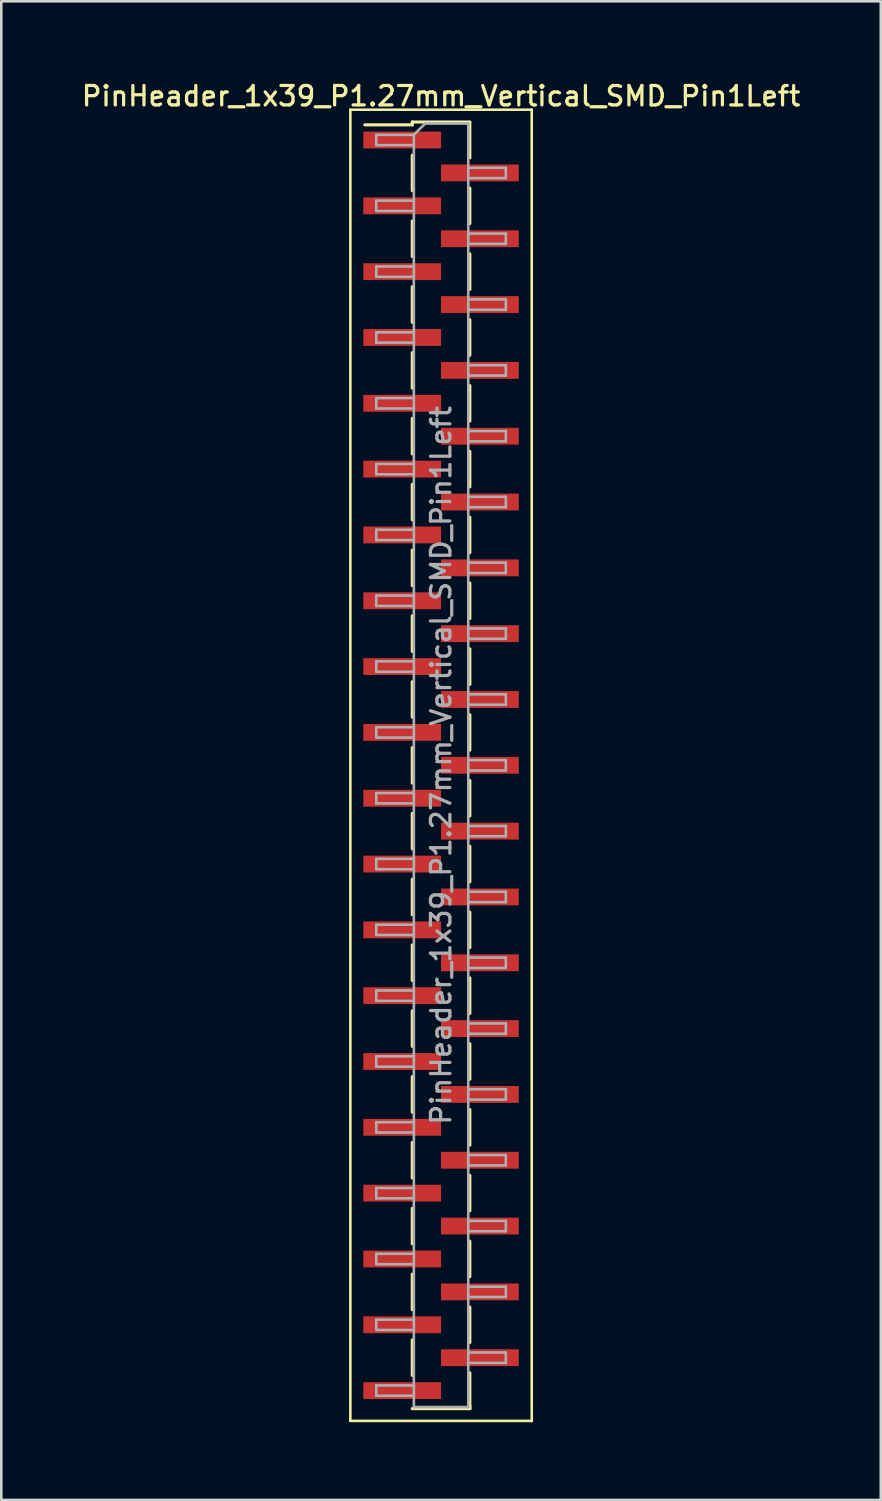
<source format=kicad_pcb>
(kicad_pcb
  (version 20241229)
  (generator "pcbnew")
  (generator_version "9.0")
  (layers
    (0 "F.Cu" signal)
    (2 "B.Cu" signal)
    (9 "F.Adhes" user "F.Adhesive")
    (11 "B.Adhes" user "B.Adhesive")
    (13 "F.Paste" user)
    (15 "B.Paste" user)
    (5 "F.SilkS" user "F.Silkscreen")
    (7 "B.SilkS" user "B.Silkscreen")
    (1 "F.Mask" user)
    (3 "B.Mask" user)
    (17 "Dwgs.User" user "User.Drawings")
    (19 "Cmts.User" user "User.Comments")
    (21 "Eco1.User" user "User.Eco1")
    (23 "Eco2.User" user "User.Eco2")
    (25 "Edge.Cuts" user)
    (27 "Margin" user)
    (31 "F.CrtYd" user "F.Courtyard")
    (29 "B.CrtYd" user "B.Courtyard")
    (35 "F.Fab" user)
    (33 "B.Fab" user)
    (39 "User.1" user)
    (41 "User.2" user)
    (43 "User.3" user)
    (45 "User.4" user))
  (footprint "PinHeader_1x39_P1.27mm_Vertical_SMD_Pin1Left"
    (layer "F.Cu")
    (at 13.97 26.483)
    (property "Reference" "PinHeader_1x39_P1.27mm_Vertical_SMD_Pin1Left" (at 0 -25.825 0) (layer "F.SilkS") (effects (font (size 0.75 0.75) (thickness 0.125))))
    (attr smd)
    (fp_line (start -3.5 -25.3) (end -3.5 25.3) (stroke (width 0.1) (type solid)) (layer "F.SilkS"))
    (fp_line (start -3.5 25.3) (end 3.5 25.3) (stroke (width 0.1) (type solid)) (layer "F.SilkS"))
    (fp_line (start -1.11 -24.825) (end -1.11 -24.715) (stroke (width 0.12) (type solid)) (layer "F.SilkS"))
    (fp_line (start -1.11 -24.825) (end 1.11 -24.825) (stroke (width 0.12) (type solid)) (layer "F.SilkS"))
    (fp_line (start -1.11 -24.715) (end -2.94 -24.715) (stroke (width 0.12) (type solid)) (layer "F.SilkS"))
    (fp_line (start -1.11 -23.545) (end -1.11 -22.175) (stroke (width 0.12) (type solid)) (layer "F.SilkS"))
    (fp_line (start -1.11 -21.005) (end -1.11 -19.635) (stroke (width 0.12) (type solid)) (layer "F.SilkS"))
    (fp_line (start -1.11 -18.465) (end -1.11 -17.095) (stroke (width 0.12) (type solid)) (layer "F.SilkS"))
    (fp_line (start -1.11 -15.925) (end -1.11 -14.555) (stroke (width 0.12) (type solid)) (layer "F.SilkS"))
    (fp_line (start -1.11 -13.385) (end -1.11 -12.015) (stroke (width 0.12) (type solid)) (layer "F.SilkS"))
    (fp_line (start -1.11 -10.845) (end -1.11 -9.475) (stroke (width 0.12) (type solid)) (layer "F.SilkS"))
    (fp_line (start -1.11 -8.305) (end -1.11 -6.935) (stroke (width 0.12) (type solid)) (layer "F.SilkS"))
    (fp_line (start -1.11 -5.765) (end -1.11 -4.395) (stroke (width 0.12) (type solid)) (layer "F.SilkS"))
    (fp_line (start -1.11 -3.225) (end -1.11 -1.855) (stroke (width 0.12) (type solid)) (layer "F.SilkS"))
    (fp_line (start -1.11 -0.685) (end -1.11 0.685) (stroke (width 0.12) (type solid)) (layer "F.SilkS"))
    (fp_line (start -1.11 1.855) (end -1.11 3.225) (stroke (width 0.12) (type solid)) (layer "F.SilkS"))
    (fp_line (start -1.11 4.395) (end -1.11 5.765) (stroke (width 0.12) (type solid)) (layer "F.SilkS"))
    (fp_line (start -1.11 6.935) (end -1.11 8.305) (stroke (width 0.12) (type solid)) (layer "F.SilkS"))
    (fp_line (start -1.11 9.475) (end -1.11 10.845) (stroke (width 0.12) (type solid)) (layer "F.SilkS"))
    (fp_line (start -1.11 12.015) (end -1.11 13.385) (stroke (width 0.12) (type solid)) (layer "F.SilkS"))
    (fp_line (start -1.11 14.555) (end -1.11 15.925) (stroke (width 0.12) (type solid)) (layer "F.SilkS"))
    (fp_line (start -1.11 17.095) (end -1.11 18.465) (stroke (width 0.12) (type solid)) (layer "F.SilkS"))
    (fp_line (start -1.11 19.635) (end -1.11 21.005) (stroke (width 0.12) (type solid)) (layer "F.SilkS"))
    (fp_line (start -1.11 22.175) (end -1.11 23.545) (stroke (width 0.12) (type solid)) (layer "F.SilkS"))
    (fp_line (start -1.11 24.825) (end 1.11 24.825) (stroke (width 0.12) (type solid)) (layer "F.SilkS"))
    (fp_line (start 1.11 -24.815) (end 1.11 -23.445) (stroke (width 0.12) (type solid)) (layer "F.SilkS"))
    (fp_line (start 1.11 -22.275) (end 1.11 -20.905) (stroke (width 0.12) (type solid)) (layer "F.SilkS"))
    (fp_line (start 1.11 -19.735) (end 1.11 -18.365) (stroke (width 0.12) (type solid)) (layer "F.SilkS"))
    (fp_line (start 1.11 -17.195) (end 1.11 -15.825) (stroke (width 0.12) (type solid)) (layer "F.SilkS"))
    (fp_line (start 1.11 -14.655) (end 1.11 -13.285) (stroke (width 0.12) (type solid)) (layer "F.SilkS"))
    (fp_line (start 1.11 -12.115) (end 1.11 -10.745) (stroke (width 0.12) (type solid)) (layer "F.SilkS"))
    (fp_line (start 1.11 -9.575) (end 1.11 -8.205) (stroke (width 0.12) (type solid)) (layer "F.SilkS"))
    (fp_line (start 1.11 -7.035) (end 1.11 -5.665) (stroke (width 0.12) (type solid)) (layer "F.SilkS"))
    (fp_line (start 1.11 -4.495) (end 1.11 -3.125) (stroke (width 0.12) (type solid)) (layer "F.SilkS"))
    (fp_line (start 1.11 -1.955) (end 1.11 -0.585) (stroke (width 0.12) (type solid)) (layer "F.SilkS"))
    (fp_line (start 1.11 0.585) (end 1.11 1.955) (stroke (width 0.12) (type solid)) (layer "F.SilkS"))
    (fp_line (start 1.11 3.125) (end 1.11 4.495) (stroke (width 0.12) (type solid)) (layer "F.SilkS"))
    (fp_line (start 1.11 5.665) (end 1.11 7.035) (stroke (width 0.12) (type solid)) (layer "F.SilkS"))
    (fp_line (start 1.11 8.205) (end 1.11 9.575) (stroke (width 0.12) (type solid)) (layer "F.SilkS"))
    (fp_line (start 1.11 10.745) (end 1.11 12.115) (stroke (width 0.12) (type solid)) (layer "F.SilkS"))
    (fp_line (start 1.11 13.285) (end 1.11 14.655) (stroke (width 0.12) (type solid)) (layer "F.SilkS"))
    (fp_line (start 1.11 15.825) (end 1.11 17.195) (stroke (width 0.12) (type solid)) (layer "F.SilkS"))
    (fp_line (start 1.11 18.365) (end 1.11 19.735) (stroke (width 0.12) (type solid)) (layer "F.SilkS"))
    (fp_line (start 1.11 20.905) (end 1.11 22.275) (stroke (width 0.12) (type solid)) (layer "F.SilkS"))
    (fp_line (start 1.11 23.445) (end 1.11 24.815) (stroke (width 0.12) (type solid)) (layer "F.SilkS"))
    (fp_line (start 1.11 24.715) (end 1.11 24.825) (stroke (width 0.12) (type solid)) (layer "F.SilkS"))
    (fp_line (start 3.5 -25.3) (end -3.5 -25.3) (stroke (width 0.1) (type solid)) (layer "F.SilkS"))
    (fp_line (start 3.5 25.3) (end 3.5 -25.3) (stroke (width 0.1) (type solid)) (layer "F.SilkS"))
    (fp_line (start -2.5 -24.33) (end -2.5 -23.93) (stroke (width 0.1) (type solid)) (layer "F.Fab"))
    (fp_line (start -2.5 -23.93) (end -1.05 -23.93) (stroke (width 0.1) (type solid)) (layer "F.Fab"))
    (fp_line (start -2.5 -21.79) (end -2.5 -21.39) (stroke (width 0.1) (type solid)) (layer "F.Fab"))
    (fp_line (start -2.5 -21.39) (end -1.05 -21.39) (stroke (width 0.1) (type solid)) (layer "F.Fab"))
    (fp_line (start -2.5 -19.25) (end -2.5 -18.85) (stroke (width 0.1) (type solid)) (layer "F.Fab"))
    (fp_line (start -2.5 -18.85) (end -1.05 -18.85) (stroke (width 0.1) (type solid)) (layer "F.Fab"))
    (fp_line (start -2.5 -16.71) (end -2.5 -16.31) (stroke (width 0.1) (type solid)) (layer "F.Fab"))
    (fp_line (start -2.5 -16.31) (end -1.05 -16.31) (stroke (width 0.1) (type solid)) (layer "F.Fab"))
    (fp_line (start -2.5 -14.17) (end -2.5 -13.77) (stroke (width 0.1) (type solid)) (layer "F.Fab"))
    (fp_line (start -2.5 -13.77) (end -1.05 -13.77) (stroke (width 0.1) (type solid)) (layer "F.Fab"))
    (fp_line (start -2.5 -11.63) (end -2.5 -11.23) (stroke (width 0.1) (type solid)) (layer "F.Fab"))
    (fp_line (start -2.5 -11.23) (end -1.05 -11.23) (stroke (width 0.1) (type solid)) (layer "F.Fab"))
    (fp_line (start -2.5 -9.09) (end -2.5 -8.69) (stroke (width 0.1) (type solid)) (layer "F.Fab"))
    (fp_line (start -2.5 -8.69) (end -1.05 -8.69) (stroke (width 0.1) (type solid)) (layer "F.Fab"))
    (fp_line (start -2.5 -6.55) (end -2.5 -6.15) (stroke (width 0.1) (type solid)) (layer "F.Fab"))
    (fp_line (start -2.5 -6.15) (end -1.05 -6.15) (stroke (width 0.1) (type solid)) (layer "F.Fab"))
    (fp_line (start -2.5 -4.01) (end -2.5 -3.61) (stroke (width 0.1) (type solid)) (layer "F.Fab"))
    (fp_line (start -2.5 -3.61) (end -1.05 -3.61) (stroke (width 0.1) (type solid)) (layer "F.Fab"))
    (fp_line (start -2.5 -1.47) (end -2.5 -1.07) (stroke (width 0.1) (type solid)) (layer "F.Fab"))
    (fp_line (start -2.5 -1.07) (end -1.05 -1.07) (stroke (width 0.1) (type solid)) (layer "F.Fab"))
    (fp_line (start -2.5 1.07) (end -2.5 1.47) (stroke (width 0.1) (type solid)) (layer "F.Fab"))
    (fp_line (start -2.5 1.47) (end -1.05 1.47) (stroke (width 0.1) (type solid)) (layer "F.Fab"))
    (fp_line (start -2.5 3.61) (end -2.5 4.01) (stroke (width 0.1) (type solid)) (layer "F.Fab"))
    (fp_line (start -2.5 4.01) (end -1.05 4.01) (stroke (width 0.1) (type solid)) (layer "F.Fab"))
    (fp_line (start -2.5 6.15) (end -2.5 6.55) (stroke (width 0.1) (type solid)) (layer "F.Fab"))
    (fp_line (start -2.5 6.55) (end -1.05 6.55) (stroke (width 0.1) (type solid)) (layer "F.Fab"))
    (fp_line (start -2.5 8.69) (end -2.5 9.09) (stroke (width 0.1) (type solid)) (layer "F.Fab"))
    (fp_line (start -2.5 9.09) (end -1.05 9.09) (stroke (width 0.1) (type solid)) (layer "F.Fab"))
    (fp_line (start -2.5 11.23) (end -2.5 11.63) (stroke (width 0.1) (type solid)) (layer "F.Fab"))
    (fp_line (start -2.5 11.63) (end -1.05 11.63) (stroke (width 0.1) (type solid)) (layer "F.Fab"))
    (fp_line (start -2.5 13.77) (end -2.5 14.17) (stroke (width 0.1) (type solid)) (layer "F.Fab"))
    (fp_line (start -2.5 14.17) (end -1.05 14.17) (stroke (width 0.1) (type solid)) (layer "F.Fab"))
    (fp_line (start -2.5 16.31) (end -2.5 16.71) (stroke (width 0.1) (type solid)) (layer "F.Fab"))
    (fp_line (start -2.5 16.71) (end -1.05 16.71) (stroke (width 0.1) (type solid)) (layer "F.Fab"))
    (fp_line (start -2.5 18.85) (end -2.5 19.25) (stroke (width 0.1) (type solid)) (layer "F.Fab"))
    (fp_line (start -2.5 19.25) (end -1.05 19.25) (stroke (width 0.1) (type solid)) (layer "F.Fab"))
    (fp_line (start -2.5 21.39) (end -2.5 21.79) (stroke (width 0.1) (type solid)) (layer "F.Fab"))
    (fp_line (start -2.5 21.79) (end -1.05 21.79) (stroke (width 0.1) (type solid)) (layer "F.Fab"))
    (fp_line (start -2.5 23.93) (end -2.5 24.33) (stroke (width 0.1) (type solid)) (layer "F.Fab"))
    (fp_line (start -2.5 24.33) (end -1.05 24.33) (stroke (width 0.1) (type solid)) (layer "F.Fab"))
    (fp_line (start -1.05 -24.33) (end -2.5 -24.33) (stroke (width 0.1) (type solid)) (layer "F.Fab"))
    (fp_line (start -1.05 -24.33) (end -0.615 -24.765) (stroke (width 0.1) (type solid)) (layer "F.Fab"))
    (fp_line (start -1.05 -21.79) (end -2.5 -21.79) (stroke (width 0.1) (type solid)) (layer "F.Fab"))
    (fp_line (start -1.05 -19.25) (end -2.5 -19.25) (stroke (width 0.1) (type solid)) (layer "F.Fab"))
    (fp_line (start -1.05 -16.71) (end -2.5 -16.71) (stroke (width 0.1) (type solid)) (layer "F.Fab"))
    (fp_line (start -1.05 -14.17) (end -2.5 -14.17) (stroke (width 0.1) (type solid)) (layer "F.Fab"))
    (fp_line (start -1.05 -11.63) (end -2.5 -11.63) (stroke (width 0.1) (type solid)) (layer "F.Fab"))
    (fp_line (start -1.05 -9.09) (end -2.5 -9.09) (stroke (width 0.1) (type solid)) (layer "F.Fab"))
    (fp_line (start -1.05 -6.55) (end -2.5 -6.55) (stroke (width 0.1) (type solid)) (layer "F.Fab"))
    (fp_line (start -1.05 -4.01) (end -2.5 -4.01) (stroke (width 0.1) (type solid)) (layer "F.Fab"))
    (fp_line (start -1.05 -1.47) (end -2.5 -1.47) (stroke (width 0.1) (type solid)) (layer "F.Fab"))
    (fp_line (start -1.05 1.07) (end -2.5 1.07) (stroke (width 0.1) (type solid)) (layer "F.Fab"))
    (fp_line (start -1.05 3.61) (end -2.5 3.61) (stroke (width 0.1) (type solid)) (layer "F.Fab"))
    (fp_line (start -1.05 6.15) (end -2.5 6.15) (stroke (width 0.1) (type solid)) (layer "F.Fab"))
    (fp_line (start -1.05 8.69) (end -2.5 8.69) (stroke (width 0.1) (type solid)) (layer "F.Fab"))
    (fp_line (start -1.05 11.23) (end -2.5 11.23) (stroke (width 0.1) (type solid)) (layer "F.Fab"))
    (fp_line (start -1.05 13.77) (end -2.5 13.77) (stroke (width 0.1) (type solid)) (layer "F.Fab"))
    (fp_line (start -1.05 16.31) (end -2.5 16.31) (stroke (width 0.1) (type solid)) (layer "F.Fab"))
    (fp_line (start -1.05 18.85) (end -2.5 18.85) (stroke (width 0.1) (type solid)) (layer "F.Fab"))
    (fp_line (start -1.05 21.39) (end -2.5 21.39) (stroke (width 0.1) (type solid)) (layer "F.Fab"))
    (fp_line (start -1.05 23.93) (end -2.5 23.93) (stroke (width 0.1) (type solid)) (layer "F.Fab"))
    (fp_line (start -1.05 24.765) (end -1.05 -24.33) (stroke (width 0.1) (type solid)) (layer "F.Fab"))
    (fp_line (start -0.615 -24.765) (end 1.05 -24.765) (stroke (width 0.1) (type solid)) (layer "F.Fab"))
    (fp_line (start 1.05 -24.765) (end 1.05 24.765) (stroke (width 0.1) (type solid)) (layer "F.Fab"))
    (fp_line (start 1.05 -23.06) (end 2.5 -23.06) (stroke (width 0.1) (type solid)) (layer "F.Fab"))
    (fp_line (start 1.05 -20.52) (end 2.5 -20.52) (stroke (width 0.1) (type solid)) (layer "F.Fab"))
    (fp_line (start 1.05 -17.98) (end 2.5 -17.98) (stroke (width 0.1) (type solid)) (layer "F.Fab"))
    (fp_line (start 1.05 -15.44) (end 2.5 -15.44) (stroke (width 0.1) (type solid)) (layer "F.Fab"))
    (fp_line (start 1.05 -12.9) (end 2.5 -12.9) (stroke (width 0.1) (type solid)) (layer "F.Fab"))
    (fp_line (start 1.05 -10.36) (end 2.5 -10.36) (stroke (width 0.1) (type solid)) (layer "F.Fab"))
    (fp_line (start 1.05 -7.82) (end 2.5 -7.82) (stroke (width 0.1) (type solid)) (layer "F.Fab"))
    (fp_line (start 1.05 -5.28) (end 2.5 -5.28) (stroke (width 0.1) (type solid)) (layer "F.Fab"))
    (fp_line (start 1.05 -2.74) (end 2.5 -2.74) (stroke (width 0.1) (type solid)) (layer "F.Fab"))
    (fp_line (start 1.05 -0.2) (end 2.5 -0.2) (stroke (width 0.1) (type solid)) (layer "F.Fab"))
    (fp_line (start 1.05 2.34) (end 2.5 2.34) (stroke (width 0.1) (type solid)) (layer "F.Fab"))
    (fp_line (start 1.05 4.88) (end 2.5 4.88) (stroke (width 0.1) (type solid)) (layer "F.Fab"))
    (fp_line (start 1.05 7.42) (end 2.5 7.42) (stroke (width 0.1) (type solid)) (layer "F.Fab"))
    (fp_line (start 1.05 9.96) (end 2.5 9.96) (stroke (width 0.1) (type solid)) (layer "F.Fab"))
    (fp_line (start 1.05 12.5) (end 2.5 12.5) (stroke (width 0.1) (type solid)) (layer "F.Fab"))
    (fp_line (start 1.05 15.04) (end 2.5 15.04) (stroke (width 0.1) (type solid)) (layer "F.Fab"))
    (fp_line (start 1.05 17.58) (end 2.5 17.58) (stroke (width 0.1) (type solid)) (layer "F.Fab"))
    (fp_line (start 1.05 20.12) (end 2.5 20.12) (stroke (width 0.1) (type solid)) (layer "F.Fab"))
    (fp_line (start 1.05 22.66) (end 2.5 22.66) (stroke (width 0.1) (type solid)) (layer "F.Fab"))
    (fp_line (start 1.05 24.765) (end -1.05 24.765) (stroke (width 0.1) (type solid)) (layer "F.Fab"))
    (fp_line (start 2.5 -23.06) (end 2.5 -22.66) (stroke (width 0.1) (type solid)) (layer "F.Fab"))
    (fp_line (start 2.5 -22.66) (end 1.05 -22.66) (stroke (width 0.1) (type solid)) (layer "F.Fab"))
    (fp_line (start 2.5 -20.52) (end 2.5 -20.12) (stroke (width 0.1) (type solid)) (layer "F.Fab"))
    (fp_line (start 2.5 -20.12) (end 1.05 -20.12) (stroke (width 0.1) (type solid)) (layer "F.Fab"))
    (fp_line (start 2.5 -17.98) (end 2.5 -17.58) (stroke (width 0.1) (type solid)) (layer "F.Fab"))
    (fp_line (start 2.5 -17.58) (end 1.05 -17.58) (stroke (width 0.1) (type solid)) (layer "F.Fab"))
    (fp_line (start 2.5 -15.44) (end 2.5 -15.04) (stroke (width 0.1) (type solid)) (layer "F.Fab"))
    (fp_line (start 2.5 -15.04) (end 1.05 -15.04) (stroke (width 0.1) (type solid)) (layer "F.Fab"))
    (fp_line (start 2.5 -12.9) (end 2.5 -12.5) (stroke (width 0.1) (type solid)) (layer "F.Fab"))
    (fp_line (start 2.5 -12.5) (end 1.05 -12.5) (stroke (width 0.1) (type solid)) (layer "F.Fab"))
    (fp_line (start 2.5 -10.36) (end 2.5 -9.96) (stroke (width 0.1) (type solid)) (layer "F.Fab"))
    (fp_line (start 2.5 -9.96) (end 1.05 -9.96) (stroke (width 0.1) (type solid)) (layer "F.Fab"))
    (fp_line (start 2.5 -7.82) (end 2.5 -7.42) (stroke (width 0.1) (type solid)) (layer "F.Fab"))
    (fp_line (start 2.5 -7.42) (end 1.05 -7.42) (stroke (width 0.1) (type solid)) (layer "F.Fab"))
    (fp_line (start 2.5 -5.28) (end 2.5 -4.88) (stroke (width 0.1) (type solid)) (layer "F.Fab"))
    (fp_line (start 2.5 -4.88) (end 1.05 -4.88) (stroke (width 0.1) (type solid)) (layer "F.Fab"))
    (fp_line (start 2.5 -2.74) (end 2.5 -2.34) (stroke (width 0.1) (type solid)) (layer "F.Fab"))
    (fp_line (start 2.5 -2.34) (end 1.05 -2.34) (stroke (width 0.1) (type solid)) (layer "F.Fab"))
    (fp_line (start 2.5 -0.2) (end 2.5 0.2) (stroke (width 0.1) (type solid)) (layer "F.Fab"))
    (fp_line (start 2.5 0.2) (end 1.05 0.2) (stroke (width 0.1) (type solid)) (layer "F.Fab"))
    (fp_line (start 2.5 2.34) (end 2.5 2.74) (stroke (width 0.1) (type solid)) (layer "F.Fab"))
    (fp_line (start 2.5 2.74) (end 1.05 2.74) (stroke (width 0.1) (type solid)) (layer "F.Fab"))
    (fp_line (start 2.5 4.88) (end 2.5 5.28) (stroke (width 0.1) (type solid)) (layer "F.Fab"))
    (fp_line (start 2.5 5.28) (end 1.05 5.28) (stroke (width 0.1) (type solid)) (layer "F.Fab"))
    (fp_line (start 2.5 7.42) (end 2.5 7.82) (stroke (width 0.1) (type solid)) (layer "F.Fab"))
    (fp_line (start 2.5 7.82) (end 1.05 7.82) (stroke (width 0.1) (type solid)) (layer "F.Fab"))
    (fp_line (start 2.5 9.96) (end 2.5 10.36) (stroke (width 0.1) (type solid)) (layer "F.Fab"))
    (fp_line (start 2.5 10.36) (end 1.05 10.36) (stroke (width 0.1) (type solid)) (layer "F.Fab"))
    (fp_line (start 2.5 12.5) (end 2.5 12.9) (stroke (width 0.1) (type solid)) (layer "F.Fab"))
    (fp_line (start 2.5 12.9) (end 1.05 12.9) (stroke (width 0.1) (type solid)) (layer "F.Fab"))
    (fp_line (start 2.5 15.04) (end 2.5 15.44) (stroke (width 0.1) (type solid)) (layer "F.Fab"))
    (fp_line (start 2.5 15.44) (end 1.05 15.44) (stroke (width 0.1) (type solid)) (layer "F.Fab"))
    (fp_line (start 2.5 17.58) (end 2.5 17.98) (stroke (width 0.1) (type solid)) (layer "F.Fab"))
    (fp_line (start 2.5 17.98) (end 1.05 17.98) (stroke (width 0.1) (type solid)) (layer "F.Fab"))
    (fp_line (start 2.5 20.12) (end 2.5 20.52) (stroke (width 0.1) (type solid)) (layer "F.Fab"))
    (fp_line (start 2.5 20.52) (end 1.05 20.52) (stroke (width 0.1) (type solid)) (layer "F.Fab"))
    (fp_line (start 2.5 22.66) (end 2.5 23.06) (stroke (width 0.1) (type solid)) (layer "F.Fab"))
    (fp_line (start 2.5 23.06) (end 1.05 23.06) (stroke (width 0.1) (type solid)) (layer "F.Fab"))
    (fp_text user "${REFERENCE}" (at 0 0 90) (layer "F.Fab") (effects (font (size 0.75 0.75) (thickness 0.125))))
    (pad "1" smd rect (at -1.5 -24.13) (size 3 0.65) (layers "F.Cu" "F.Mask" "F.Paste"))
    (pad "2" smd rect (at 1.5 -22.86) (size 3 0.65) (layers "F.Cu" "F.Mask" "F.Paste"))
    (pad "3" smd rect (at -1.5 -21.59) (size 3 0.65) (layers "F.Cu" "F.Mask" "F.Paste"))
    (pad "4" smd rect (at 1.5 -20.32) (size 3 0.65) (layers "F.Cu" "F.Mask" "F.Paste"))
    (pad "5" smd rect (at -1.5 -19.05) (size 3 0.65) (layers "F.Cu" "F.Mask" "F.Paste"))
    (pad "6" smd rect (at 1.5 -17.78) (size 3 0.65) (layers "F.Cu" "F.Mask" "F.Paste"))
    (pad "7" smd rect (at -1.5 -16.51) (size 3 0.65) (layers "F.Cu" "F.Mask" "F.Paste"))
    (pad "8" smd rect (at 1.5 -15.24) (size 3 0.65) (layers "F.Cu" "F.Mask" "F.Paste"))
    (pad "9" smd rect (at -1.5 -13.97) (size 3 0.65) (layers "F.Cu" "F.Mask" "F.Paste"))
    (pad "10" smd rect (at 1.5 -12.7) (size 3 0.65) (layers "F.Cu" "F.Mask" "F.Paste"))
    (pad "11" smd rect (at -1.5 -11.43) (size 3 0.65) (layers "F.Cu" "F.Mask" "F.Paste"))
    (pad "12" smd rect (at 1.5 -10.16) (size 3 0.65) (layers "F.Cu" "F.Mask" "F.Paste"))
    (pad "13" smd rect (at -1.5 -8.89) (size 3 0.65) (layers "F.Cu" "F.Mask" "F.Paste"))
    (pad "14" smd rect (at 1.5 -7.62) (size 3 0.65) (layers "F.Cu" "F.Mask" "F.Paste"))
    (pad "15" smd rect (at -1.5 -6.35) (size 3 0.65) (layers "F.Cu" "F.Mask" "F.Paste"))
    (pad "16" smd rect (at 1.5 -5.08) (size 3 0.65) (layers "F.Cu" "F.Mask" "F.Paste"))
    (pad "17" smd rect (at -1.5 -3.81) (size 3 0.65) (layers "F.Cu" "F.Mask" "F.Paste"))
    (pad "18" smd rect (at 1.5 -2.54) (size 3 0.65) (layers "F.Cu" "F.Mask" "F.Paste"))
    (pad "19" smd rect (at -1.5 -1.27) (size 3 0.65) (layers "F.Cu" "F.Mask" "F.Paste"))
    (pad "20" smd rect (at 1.5 0) (size 3 0.65) (layers "F.Cu" "F.Mask" "F.Paste"))
    (pad "21" smd rect (at -1.5 1.27) (size 3 0.65) (layers "F.Cu" "F.Mask" "F.Paste"))
    (pad "22" smd rect (at 1.5 2.54) (size 3 0.65) (layers "F.Cu" "F.Mask" "F.Paste"))
    (pad "23" smd rect (at -1.5 3.81) (size 3 0.65) (layers "F.Cu" "F.Mask" "F.Paste"))
    (pad "24" smd rect (at 1.5 5.08) (size 3 0.65) (layers "F.Cu" "F.Mask" "F.Paste"))
    (pad "25" smd rect (at -1.5 6.35) (size 3 0.65) (layers "F.Cu" "F.Mask" "F.Paste"))
    (pad "26" smd rect (at 1.5 7.62) (size 3 0.65) (layers "F.Cu" "F.Mask" "F.Paste"))
    (pad "27" smd rect (at -1.5 8.89) (size 3 0.65) (layers "F.Cu" "F.Mask" "F.Paste"))
    (pad "28" smd rect (at 1.5 10.16) (size 3 0.65) (layers "F.Cu" "F.Mask" "F.Paste"))
    (pad "29" smd rect (at -1.5 11.43) (size 3 0.65) (layers "F.Cu" "F.Mask" "F.Paste"))
    (pad "30" smd rect (at 1.5 12.7) (size 3 0.65) (layers "F.Cu" "F.Mask" "F.Paste"))
    (pad "31" smd rect (at -1.5 13.97) (size 3 0.65) (layers "F.Cu" "F.Mask" "F.Paste"))
    (pad "32" smd rect (at 1.5 15.24) (size 3 0.65) (layers "F.Cu" "F.Mask" "F.Paste"))
    (pad "33" smd rect (at -1.5 16.51) (size 3 0.65) (layers "F.Cu" "F.Mask" "F.Paste"))
    (pad "34" smd rect (at 1.5 17.78) (size 3 0.65) (layers "F.Cu" "F.Mask" "F.Paste"))
    (pad "35" smd rect (at -1.5 19.05) (size 3 0.65) (layers "F.Cu" "F.Mask" "F.Paste"))
    (pad "36" smd rect (at 1.5 20.32) (size 3 0.65) (layers "F.Cu" "F.Mask" "F.Paste"))
    (pad "37" smd rect (at -1.5 21.59) (size 3 0.65) (layers "F.Cu" "F.Mask" "F.Paste"))
    (pad "38" smd rect (at 1.5 22.86) (size 3 0.65) (layers "F.Cu" "F.Mask" "F.Paste"))
    (pad "39" smd rect (at -1.5 24.13) (size 3 0.65) (layers "F.Cu" "F.Mask" "F.Paste")))
  (gr_rect
    (start -3 -3)
    (end 30.939 54.833)
    (stroke (width 0.1) (type default))
    (fill no)
    (layer "Edge.Cuts")))
</source>
